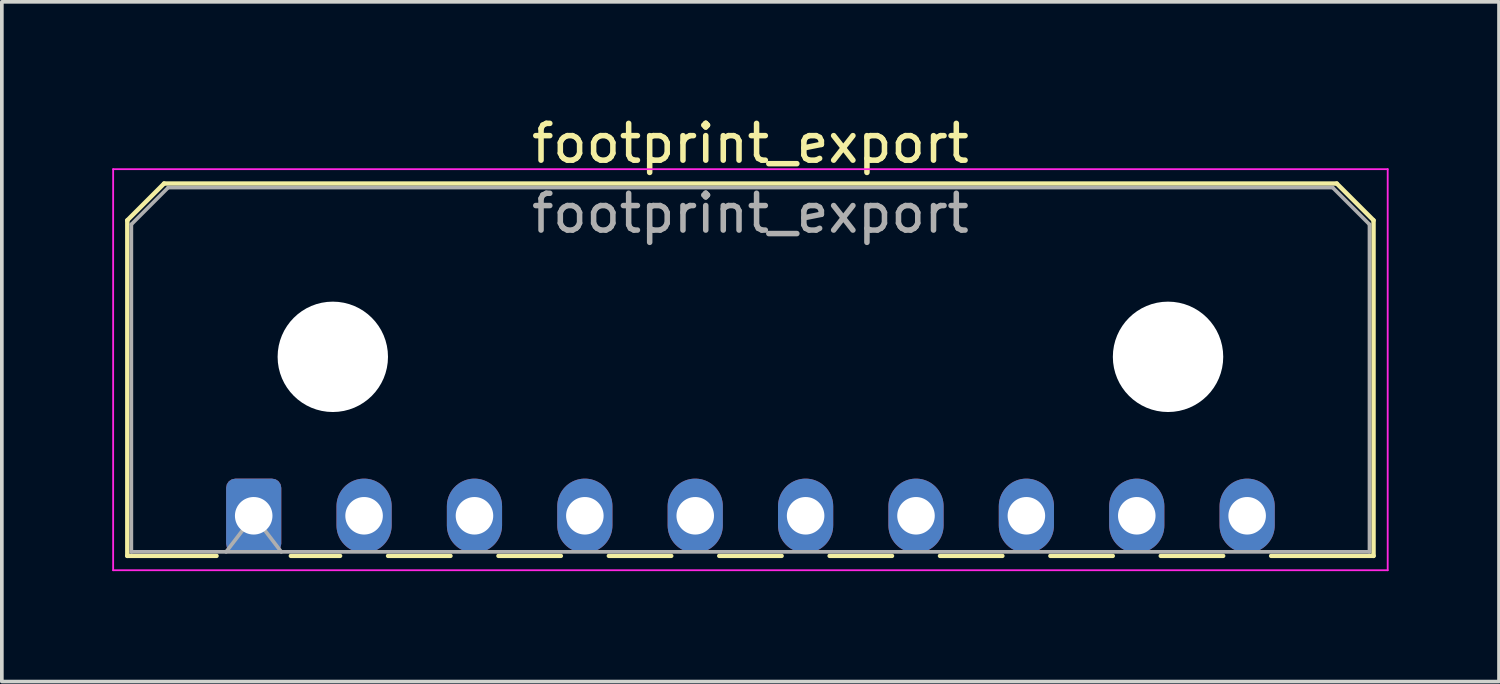
<source format=kicad_pcb>
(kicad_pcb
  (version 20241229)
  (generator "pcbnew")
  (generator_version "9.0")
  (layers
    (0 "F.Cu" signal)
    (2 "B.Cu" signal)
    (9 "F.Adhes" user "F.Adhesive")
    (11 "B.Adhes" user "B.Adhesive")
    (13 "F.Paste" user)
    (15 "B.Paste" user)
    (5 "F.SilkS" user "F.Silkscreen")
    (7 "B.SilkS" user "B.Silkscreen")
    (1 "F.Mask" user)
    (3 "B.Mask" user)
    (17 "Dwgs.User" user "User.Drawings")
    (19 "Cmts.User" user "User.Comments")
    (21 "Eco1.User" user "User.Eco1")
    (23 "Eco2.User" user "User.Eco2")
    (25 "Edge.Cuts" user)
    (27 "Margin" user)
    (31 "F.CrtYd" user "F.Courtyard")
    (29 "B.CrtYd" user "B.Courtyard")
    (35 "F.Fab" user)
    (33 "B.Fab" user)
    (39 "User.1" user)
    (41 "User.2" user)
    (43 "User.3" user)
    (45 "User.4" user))
  (footprint "footprint_export"
    (layer "F.Cu")
    (at 3.845 10.968)
    (property "Reference" "footprint_export" (at 13.5 -10.12 0) (layer "F.SilkS") (effects (font (size 1 1) (thickness 0.15))))
    (attr through_hole)
    (fp_line (start -3.435 -8.03) (end -2.435 -9.03) (stroke (width 0.12) (type solid)) (layer "F.SilkS"))
    (fp_line (start -3.435 1.09) (end -3.435 -8.03) (stroke (width 0.12) (type solid)) (layer "F.SilkS"))
    (fp_line (start -3.435 1.09) (end -1.01 1.09) (stroke (width 0.12) (type solid)) (layer "F.SilkS"))
    (fp_line (start -2.435 -9.03) (end 29.435 -9.03) (stroke (width 0.12) (type solid)) (layer "F.SilkS"))
    (fp_line (start 1.01 1.09) (end 2.348 1.09) (stroke (width 0.12) (type solid)) (layer "F.SilkS"))
    (fp_line (start 3.652 1.09) (end 5.348 1.09) (stroke (width 0.12) (type solid)) (layer "F.SilkS"))
    (fp_line (start 6.652 1.09) (end 8.348 1.09) (stroke (width 0.12) (type solid)) (layer "F.SilkS"))
    (fp_line (start 9.652 1.09) (end 11.348 1.09) (stroke (width 0.12) (type solid)) (layer "F.SilkS"))
    (fp_line (start 12.652 1.09) (end 14.348 1.09) (stroke (width 0.12) (type solid)) (layer "F.SilkS"))
    (fp_line (start 15.652 1.09) (end 17.348 1.09) (stroke (width 0.12) (type solid)) (layer "F.SilkS"))
    (fp_line (start 18.652 1.09) (end 20.348 1.09) (stroke (width 0.12) (type solid)) (layer "F.SilkS"))
    (fp_line (start 21.652 1.09) (end 23.348 1.09) (stroke (width 0.12) (type solid)) (layer "F.SilkS"))
    (fp_line (start 24.652 1.09) (end 26.348 1.09) (stroke (width 0.12) (type solid)) (layer "F.SilkS"))
    (fp_line (start 29.435 -9.03) (end 30.435 -8.03) (stroke (width 0.12) (type solid)) (layer "F.SilkS"))
    (fp_line (start 30.435 -8.03) (end 30.435 1.09) (stroke (width 0.12) (type solid)) (layer "F.SilkS"))
    (fp_line (start 30.435 1.09) (end 27.652 1.09) (stroke (width 0.12) (type solid)) (layer "F.SilkS"))
    (fp_line (start -3.82 -9.42) (end 30.82 -9.42) (stroke (width 0.05) (type solid)) (layer "F.CrtYd"))
    (fp_line (start -3.82 1.48) (end -3.82 -9.42) (stroke (width 0.05) (type solid)) (layer "F.CrtYd"))
    (fp_line (start 30.82 -9.42) (end 30.82 1.48) (stroke (width 0.05) (type solid)) (layer "F.CrtYd"))
    (fp_line (start 30.82 1.48) (end -3.82 1.48) (stroke (width 0.05) (type solid)) (layer "F.CrtYd"))
    (fp_line (start -3.325 -7.92) (end -2.325 -8.92) (stroke (width 0.1) (type solid)) (layer "F.Fab"))
    (fp_line (start -3.325 0.98) (end -3.325 -7.92) (stroke (width 0.1) (type solid)) (layer "F.Fab"))
    (fp_line (start -2.325 -8.92) (end 29.325 -8.92) (stroke (width 0.1) (type solid)) (layer "F.Fab"))
    (fp_line (start -0.75 0.98) (end 0 0) (stroke (width 0.1) (type solid)) (layer "F.Fab"))
    (fp_line (start 0 0) (end 0.75 0.98) (stroke (width 0.1) (type solid)) (layer "F.Fab"))
    (fp_line (start 29.325 -8.92) (end 30.325 -7.92) (stroke (width 0.1) (type solid)) (layer "F.Fab"))
    (fp_line (start 30.325 -7.92) (end 30.325 0.98) (stroke (width 0.1) (type solid)) (layer "F.Fab"))
    (fp_line (start 30.325 0.98) (end -3.325 0.98) (stroke (width 0.1) (type solid)) (layer "F.Fab"))
    (fp_text user "${REFERENCE}" (at 13.5 -8.22 0) (layer "F.Fab") (effects (font (size 1 1) (thickness 0.15))))
    (pad "" np_thru_hole circle (at 2.15 -4.32) (size 3 3) (drill 3) (layers "*.Cu" "*.Mask"))
    (pad "" np_thru_hole circle (at 24.85 -4.32) (size 3 3) (drill 3) (layers "*.Cu" "*.Mask"))
    (pad "1" thru_hole roundrect (at 0 0) (size 1.5 2.02) (drill 1.02) (layers "*.Cu" "*.Mask") (roundrect_rratio 0.167))
    (pad "2" thru_hole oval (at 3 0) (size 1.5 2.02) (drill 1.02) (layers "*.Cu" "*.Mask"))
    (pad "3" thru_hole oval (at 6 0) (size 1.5 2.02) (drill 1.02) (layers "*.Cu" "*.Mask"))
    (pad "4" thru_hole oval (at 9 0) (size 1.5 2.02) (drill 1.02) (layers "*.Cu" "*.Mask"))
    (pad "5" thru_hole oval (at 12 0) (size 1.5 2.02) (drill 1.02) (layers "*.Cu" "*.Mask"))
    (pad "6" thru_hole oval (at 15 0) (size 1.5 2.02) (drill 1.02) (layers "*.Cu" "*.Mask"))
    (pad "7" thru_hole oval (at 18 0) (size 1.5 2.02) (drill 1.02) (layers "*.Cu" "*.Mask"))
    (pad "8" thru_hole oval (at 21 0) (size 1.5 2.02) (drill 1.02) (layers "*.Cu" "*.Mask"))
    (pad "9" thru_hole oval (at 24 0) (size 1.5 2.02) (drill 1.02) (layers "*.Cu" "*.Mask"))
    (pad "10" thru_hole oval (at 27 0) (size 1.5 2.02) (drill 1.02) (layers "*.Cu" "*.Mask")))
  (gr_rect
    (start -3 -3)
    (end 37.69 15.473)
    (stroke (width 0.1) (type default))
    (fill no)
    (layer "Edge.Cuts")))
</source>
